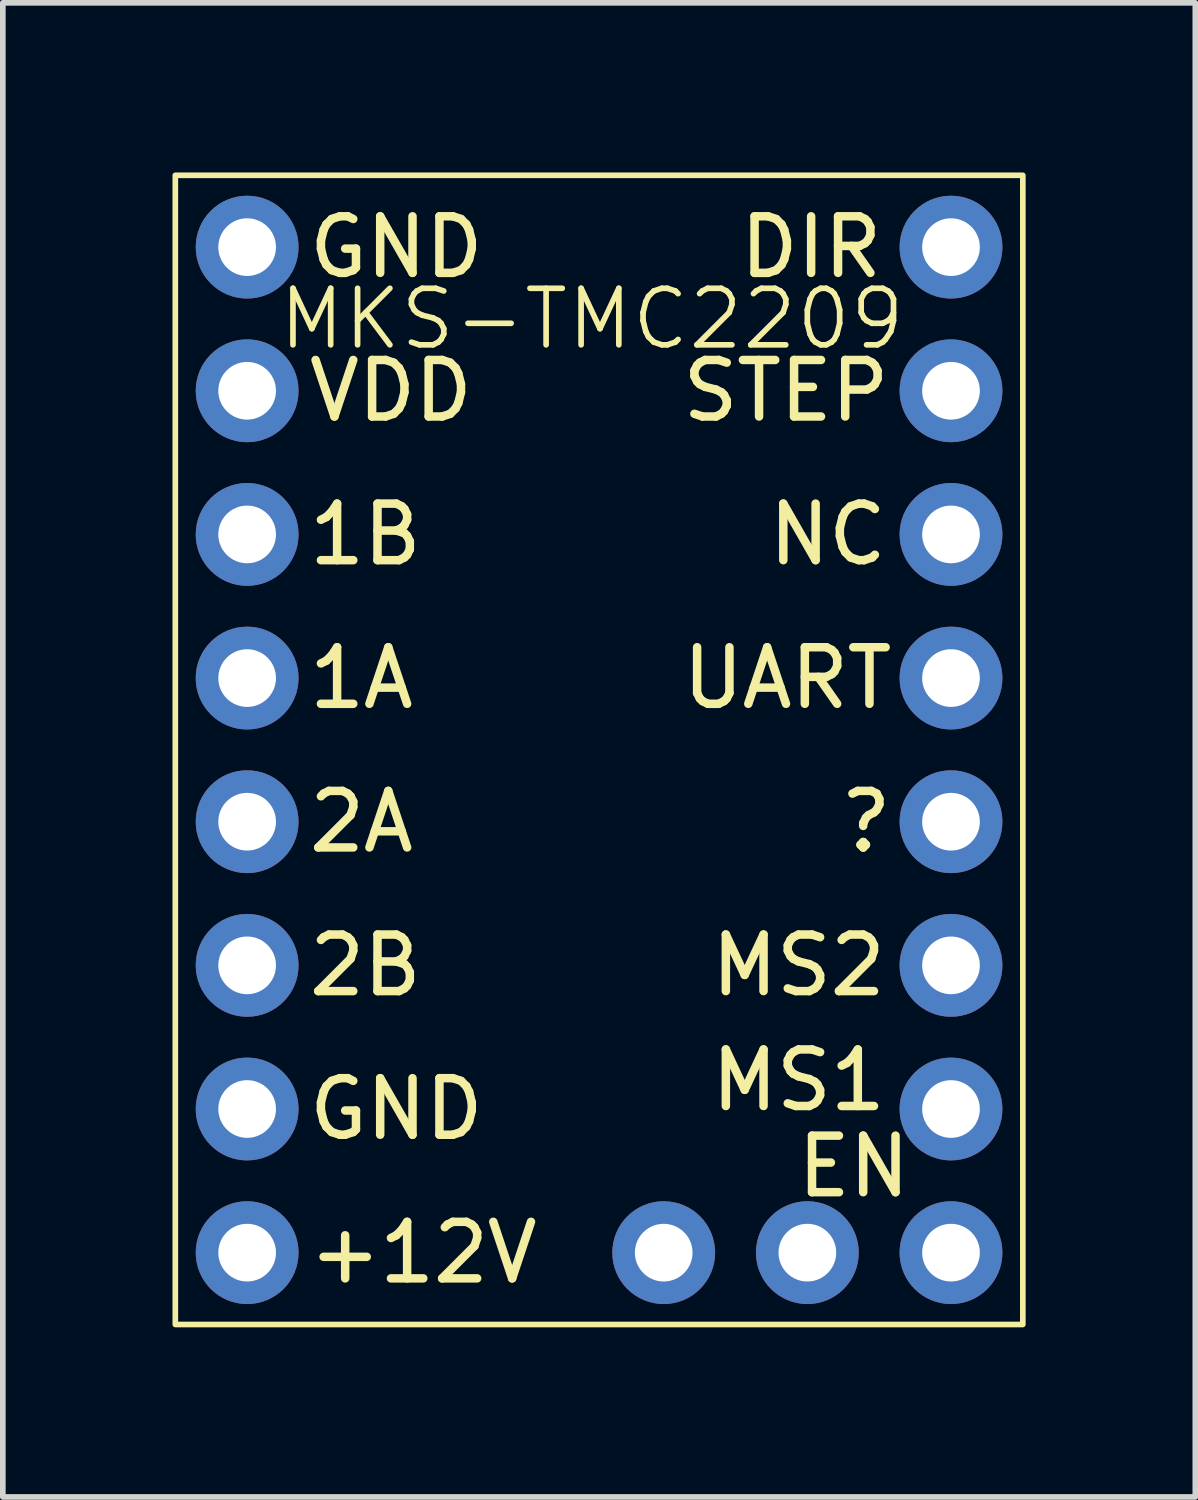
<source format=kicad_pcb>
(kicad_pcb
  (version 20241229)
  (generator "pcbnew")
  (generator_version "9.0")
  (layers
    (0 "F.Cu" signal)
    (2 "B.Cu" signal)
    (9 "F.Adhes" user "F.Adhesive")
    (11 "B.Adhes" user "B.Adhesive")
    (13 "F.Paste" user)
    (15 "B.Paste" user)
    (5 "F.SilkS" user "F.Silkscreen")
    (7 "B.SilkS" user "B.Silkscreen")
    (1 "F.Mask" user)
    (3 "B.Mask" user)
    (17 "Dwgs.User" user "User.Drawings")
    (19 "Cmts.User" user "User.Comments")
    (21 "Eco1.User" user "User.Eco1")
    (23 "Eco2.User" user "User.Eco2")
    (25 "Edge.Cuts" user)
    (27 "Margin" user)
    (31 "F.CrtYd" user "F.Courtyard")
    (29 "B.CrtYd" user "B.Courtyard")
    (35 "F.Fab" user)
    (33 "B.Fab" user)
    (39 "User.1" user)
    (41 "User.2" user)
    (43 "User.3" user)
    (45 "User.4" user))
  (footprint "MKS-TMC2209"
    (layer "F.Cu")
    (at 1.32 8.94)
    (property "Reference" "MKS-TMC2209" (at 6.096 -6.35 0) (unlocked yes) (layer "F.SilkS") (effects (font (size 1 1) (thickness 0.1))))
    (attr through_hole)
    (fp_rect (start -1.27 -8.89) (end 13.716 11.43) (stroke (width 0.1) (type solid)) (fill no) (layer "F.SilkS"))
    (fp_text user "GND" (at 1.016 -7.62 0) (unlocked yes) (layer "F.SilkS") (effects (font (size 1 1) (thickness 0.15)) (justify left)))
    (fp_text user "NC" (at 9.144 -2.54 0) (unlocked yes) (layer "F.SilkS") (effects (font (size 1 1) (thickness 0.15)) (justify left)))
    (fp_text user "2B" (at 1.016 5.08 0) (unlocked yes) (layer "F.SilkS") (effects (font (size 1 1) (thickness 0.15)) (justify left)))
    (fp_text user "+12V" (at 1.016 10.16 0) (unlocked yes) (layer "F.SilkS") (effects (font (size 1 1) (thickness 0.15)) (justify left)))
    (fp_text user "MS2" (at 8.128 5.08 0) (unlocked yes) (layer "F.SilkS") (effects (font (size 1 1) (thickness 0.15)) (justify left)))
    (fp_text user "DIR" (at 8.636 -7.62 0) (unlocked yes) (layer "F.SilkS") (effects (font (size 1 1) (thickness 0.15)) (justify left)))
    (fp_text user "MS1" (at 8.128 7.112 0) (unlocked yes) (layer "F.SilkS") (effects (font (size 1 1) (thickness 0.15)) (justify left)))
    (fp_text user "UART" (at 7.62 0 0) (unlocked yes) (layer "F.SilkS") (effects (font (size 1 1) (thickness 0.15)) (justify left)))
    (fp_text user "EN" (at 9.652 8.636 0) (unlocked yes) (layer "F.SilkS") (effects (font (size 1 1) (thickness 0.15)) (justify left)))
    (fp_text user "VDD" (at 1.016 -5.08 0) (unlocked yes) (layer "F.SilkS") (effects (font (size 1 1) (thickness 0.15)) (justify left)))
    (fp_text user "GND" (at 1.016 7.62 0) (unlocked yes) (layer "F.SilkS") (effects (font (size 1 1) (thickness 0.15)) (justify left)))
    (fp_text user "1B" (at 1.016 -2.54 0) (unlocked yes) (layer "F.SilkS") (effects (font (size 1 1) (thickness 0.15)) (justify left)))
    (fp_text user "STEP" (at 7.62 -5.08 0) (unlocked yes) (layer "F.SilkS") (effects (font (size 1 1) (thickness 0.15)) (justify left)))
    (fp_text user "2A" (at 1.016 2.54 0) (unlocked yes) (layer "F.SilkS") (effects (font (size 1 1) (thickness 0.15)) (justify left)))
    (fp_text user "?" (at 10.414 2.54 0) (unlocked yes) (layer "F.SilkS") (effects (font (size 1 1) (thickness 0.15)) (justify left)))
    (fp_text user "1A" (at 1.016 0 0) (unlocked yes) (layer "F.SilkS") (effects (font (size 1 1) (thickness 0.15)) (justify left)))
    (pad "1" thru_hole circle (at 0 -7.62) (size 1.818 1.818) (drill 1.02) (layers "*.Cu" "*.Mask"))
    (pad "2" thru_hole circle (at 0 -5.08) (size 1.818 1.818) (drill 1.02) (layers "*.Cu" "*.Mask"))
    (pad "3" thru_hole circle (at 0 -2.54) (size 1.818 1.818) (drill 1.02) (layers "*.Cu" "*.Mask"))
    (pad "4" thru_hole circle (at 0 0) (size 1.818 1.818) (drill 1.02) (layers "*.Cu" "*.Mask"))
    (pad "5" thru_hole circle (at 0 2.54) (size 1.818 1.818) (drill 1.02) (layers "*.Cu" "*.Mask"))
    (pad "6" thru_hole circle (at 0 5.08) (size 1.818 1.818) (drill 1.02) (layers "*.Cu" "*.Mask"))
    (pad "7" thru_hole circle (at 0 7.62) (size 1.818 1.818) (drill 1.02) (layers "*.Cu" "*.Mask"))
    (pad "8" thru_hole circle (at 0 10.16) (size 1.818 1.818) (drill 1.02) (layers "*.Cu" "*.Mask"))
    (pad "9" thru_hole circle (at 12.446 -7.62) (size 1.818 1.818) (drill 1.02) (layers "*.Cu" "*.Mask"))
    (pad "10" thru_hole circle (at 12.446 -5.08) (size 1.818 1.818) (drill 1.02) (layers "*.Cu" "*.Mask"))
    (pad "11" thru_hole circle (at 12.446 -2.54) (size 1.818 1.818) (drill 1.02) (layers "*.Cu" "*.Mask"))
    (pad "12" thru_hole circle (at 12.446 0) (size 1.818 1.818) (drill 1.02) (layers "*.Cu" "*.Mask"))
    (pad "13" thru_hole circle (at 12.446 2.54) (size 1.818 1.818) (drill 1.02) (layers "*.Cu" "*.Mask"))
    (pad "14" thru_hole circle (at 12.446 5.08) (size 1.818 1.818) (drill 1.02) (layers "*.Cu" "*.Mask"))
    (pad "15" thru_hole circle (at 12.446 7.62) (size 1.818 1.818) (drill 1.02) (layers "*.Cu" "*.Mask"))
    (pad "16" thru_hole circle (at 12.446 10.16) (size 1.818 1.818) (drill 1.02) (layers "*.Cu" "*.Mask"))
    (pad "17" thru_hole circle (at 9.906 10.16) (size 1.818 1.818) (drill 1.02) (layers "*.Cu" "*.Mask"))
    (pad "18" thru_hole circle (at 7.366 10.16) (size 1.818 1.818) (drill 1.02) (layers "*.Cu" "*.Mask")))
  (gr_rect
    (start -3 -3)
    (end 18.086 23.42)
    (stroke (width 0.1) (type default))
    (fill no)
    (layer "Edge.Cuts")))
</source>
